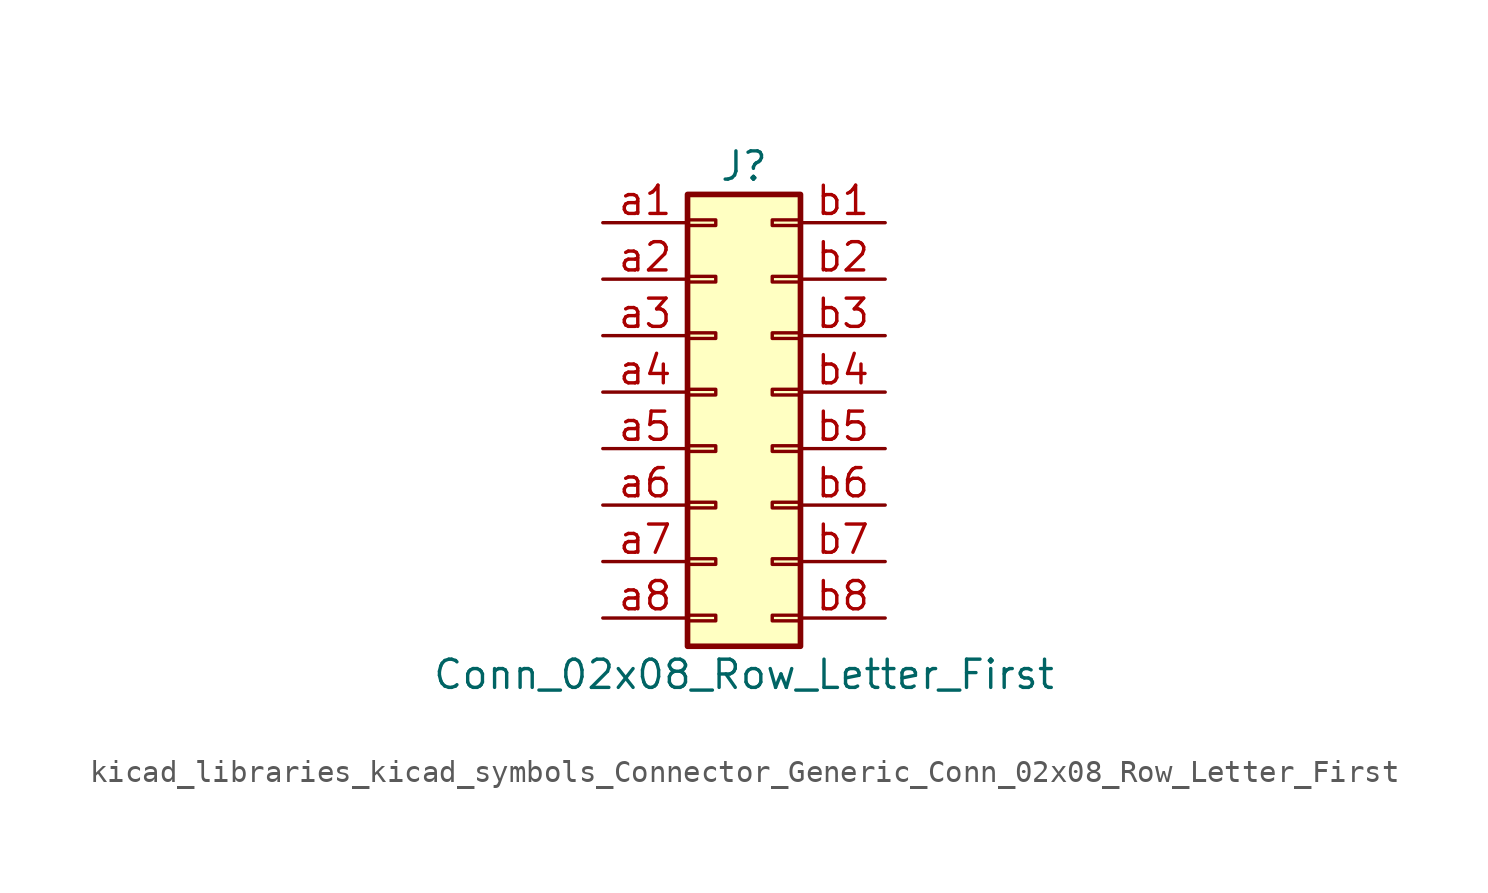
<source format=kicad_sym>
(kicad_symbol_lib
  (version 20220914)
  (generator kicad_symbol_editor)
  (symbol "kicad_libraries_kicad_symbols_Connector_Generic_Conn_02x08_Row_Letter_First"
    (pin_names
      (offset 1.016) hide)
    (property "Reference" "J"
      (at 1.27 10.16 0)
      (effects (font (size 1.27 1.27))))
    (property "Value" "Conn_02x08_Row_Letter_First"
      (at 1.27 -12.7 0)
      (effects (font (size 1.27 1.27))))
    (symbol "kicad_libraries_kicad_symbols_Connector_Generic_Conn_02x08_Row_Letter_First_1_1"
      (rectangle (start -1.27 -10.033) (end 0 -10.287) (stroke (width 0.152) (type default)) (fill (type none)))
      (rectangle (start -1.27 -7.493) (end 0 -7.747) (stroke (width 0.152) (type default)) (fill (type none)))
      (rectangle (start -1.27 -4.953) (end 0 -5.207) (stroke (width 0.152) (type default)) (fill (type none)))
      (rectangle (start -1.27 -2.413) (end 0 -2.667) (stroke (width 0.152) (type default)) (fill (type none)))
      (rectangle (start -1.27 0.127) (end 0 -0.127) (stroke (width 0.152) (type default)) (fill (type none)))
      (rectangle (start -1.27 2.667) (end 0 2.413) (stroke (width 0.152) (type default)) (fill (type none)))
      (rectangle (start -1.27 5.207) (end 0 4.953) (stroke (width 0.152) (type default)) (fill (type none)))
      (rectangle (start -1.27 7.747) (end 0 7.493) (stroke (width 0.152) (type default)) (fill (type none)))
      (rectangle (start -1.27 8.89) (end 3.81 -11.43) (stroke (width 0.254) (type default)) (fill (type background)))
      (rectangle (start 3.81 -10.033) (end 2.54 -10.287) (stroke (width 0.152) (type default)) (fill (type none)))
      (rectangle (start 3.81 -7.493) (end 2.54 -7.747) (stroke (width 0.152) (type default)) (fill (type none)))
      (rectangle (start 3.81 -4.953) (end 2.54 -5.207) (stroke (width 0.152) (type default)) (fill (type none)))
      (rectangle (start 3.81 -2.413) (end 2.54 -2.667) (stroke (width 0.152) (type default)) (fill (type none)))
      (rectangle (start 3.81 0.127) (end 2.54 -0.127) (stroke (width 0.152) (type default)) (fill (type none)))
      (rectangle (start 3.81 2.667) (end 2.54 2.413) (stroke (width 0.152) (type default)) (fill (type none)))
      (rectangle (start 3.81 5.207) (end 2.54 4.953) (stroke (width 0.152) (type default)) (fill (type none)))
      (rectangle (start 3.81 7.747) (end 2.54 7.493) (stroke (width 0.152) (type default)) (fill (type none)))
      (pin passive line (at -5.08 7.62 0) (length 3.81) (name "Pin_a1" (effects (font (size 1.27 1.27)))) (number "a1" (effects (font (size 1.27 1.27)))))
      (pin passive line (at -5.08 5.08 0) (length 3.81) (name "Pin_a2" (effects (font (size 1.27 1.27)))) (number "a2" (effects (font (size 1.27 1.27)))))
      (pin passive line (at -5.08 2.54 0) (length 3.81) (name "Pin_a3" (effects (font (size 1.27 1.27)))) (number "a3" (effects (font (size 1.27 1.27)))))
      (pin passive line (at -5.08 0 0) (length 3.81) (name "Pin_a4" (effects (font (size 1.27 1.27)))) (number "a4" (effects (font (size 1.27 1.27)))))
      (pin passive line (at -5.08 -2.54 0) (length 3.81) (name "Pin_a5" (effects (font (size 1.27 1.27)))) (number "a5" (effects (font (size 1.27 1.27)))))
      (pin passive line (at -5.08 -5.08 0) (length 3.81) (name "Pin_a6" (effects (font (size 1.27 1.27)))) (number "a6" (effects (font (size 1.27 1.27)))))
      (pin passive line (at -5.08 -7.62 0) (length 3.81) (name "Pin_a7" (effects (font (size 1.27 1.27)))) (number "a7" (effects (font (size 1.27 1.27)))))
      (pin passive line (at -5.08 -10.16 0) (length 3.81) (name "Pin_a8" (effects (font (size 1.27 1.27)))) (number "a8" (effects (font (size 1.27 1.27)))))
      (pin passive line (at 7.62 7.62 180) (length 3.81) (name "Pin_b1" (effects (font (size 1.27 1.27)))) (number "b1" (effects (font (size 1.27 1.27)))))
      (pin passive line (at 7.62 5.08 180) (length 3.81) (name "Pin_b2" (effects (font (size 1.27 1.27)))) (number "b2" (effects (font (size 1.27 1.27)))))
      (pin passive line (at 7.62 2.54 180) (length 3.81) (name "Pin_b3" (effects (font (size 1.27 1.27)))) (number "b3" (effects (font (size 1.27 1.27)))))
      (pin passive line (at 7.62 0 180) (length 3.81) (name "Pin_b4" (effects (font (size 1.27 1.27)))) (number "b4" (effects (font (size 1.27 1.27)))))
      (pin passive line (at 7.62 -2.54 180) (length 3.81) (name "Pin_b5" (effects (font (size 1.27 1.27)))) (number "b5" (effects (font (size 1.27 1.27)))))
      (pin passive line (at 7.62 -5.08 180) (length 3.81) (name "Pin_b6" (effects (font (size 1.27 1.27)))) (number "b6" (effects (font (size 1.27 1.27)))))
      (pin passive line (at 7.62 -7.62 180) (length 3.81) (name "Pin_b7" (effects (font (size 1.27 1.27)))) (number "b7" (effects (font (size 1.27 1.27)))))
      (pin passive line (at 7.62 -10.16 180) (length 3.81) (name "Pin_b8" (effects (font (size 1.27 1.27)))) (number "b8" (effects (font (size 1.27 1.27))))))))
</source>
